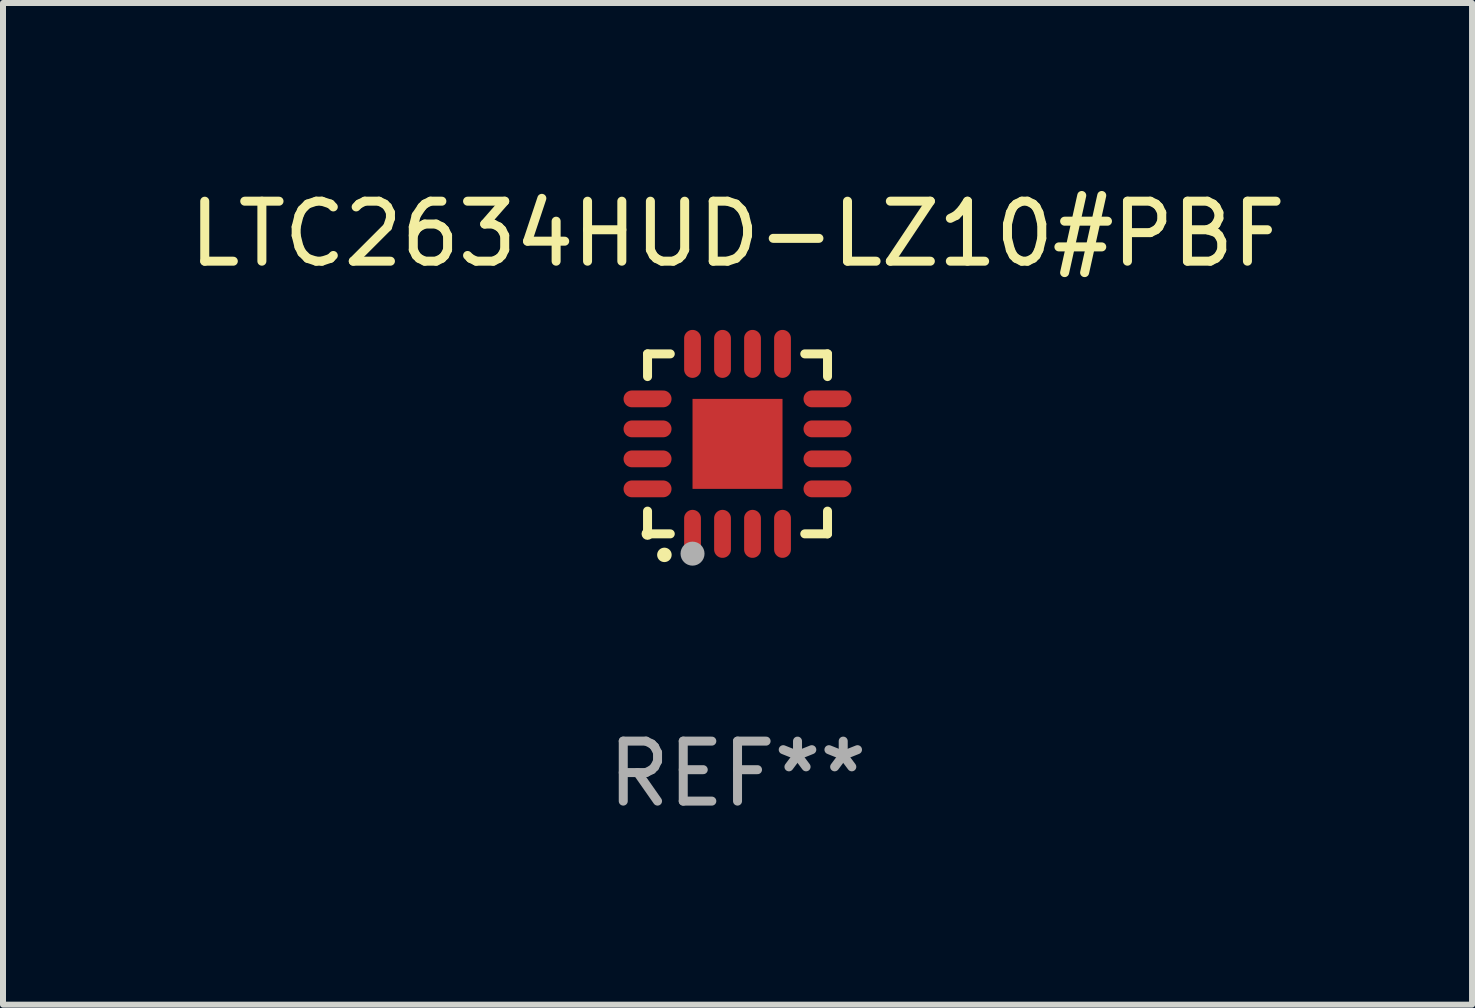
<source format=kicad_pcb>
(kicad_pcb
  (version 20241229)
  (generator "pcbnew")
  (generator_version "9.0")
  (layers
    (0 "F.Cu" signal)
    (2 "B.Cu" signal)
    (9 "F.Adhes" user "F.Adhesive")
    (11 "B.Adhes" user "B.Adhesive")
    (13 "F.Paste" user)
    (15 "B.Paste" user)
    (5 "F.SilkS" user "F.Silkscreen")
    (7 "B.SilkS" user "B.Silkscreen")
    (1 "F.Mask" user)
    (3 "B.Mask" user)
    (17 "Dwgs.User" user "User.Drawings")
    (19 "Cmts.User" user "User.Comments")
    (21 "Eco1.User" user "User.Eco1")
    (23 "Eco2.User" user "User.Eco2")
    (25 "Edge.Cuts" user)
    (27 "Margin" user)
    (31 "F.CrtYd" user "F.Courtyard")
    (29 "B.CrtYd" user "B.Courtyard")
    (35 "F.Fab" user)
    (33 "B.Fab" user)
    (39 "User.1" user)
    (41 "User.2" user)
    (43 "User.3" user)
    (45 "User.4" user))
  (footprint "LTC2634HUD-LZ10#PBF"
    (layer "F.Cu")
    (at 9.244 4.349)
    (property "Reference" "LTC2634HUD-LZ10#PBF" (at 0 -3.5 0) (layer "F.SilkS") (effects (font (size 1 1) (thickness 0.15))))
    (attr through_hole)
    (fp_line (start -1.5 -1.5) (end -1.121 -1.5) (stroke (width 0.15) (type solid)) (layer "F.SilkS"))
    (fp_line (start -1.5 -1.122) (end -1.5 -1.5) (stroke (width 0.15) (type solid)) (layer "F.SilkS"))
    (fp_line (start -1.5 1.5) (end -1.5 1.121) (stroke (width 0.15) (type solid)) (layer "F.SilkS"))
    (fp_line (start -1.121 1.5) (end -1.5 1.5) (stroke (width 0.15) (type solid)) (layer "F.SilkS"))
    (fp_line (start 1.121 -1.5) (end 1.5 -1.5) (stroke (width 0.15) (type solid)) (layer "F.SilkS"))
    (fp_line (start 1.5 -1.5) (end 1.5 -1.122) (stroke (width 0.15) (type solid)) (layer "F.SilkS"))
    (fp_line (start 1.5 1.121) (end 1.5 1.5) (stroke (width 0.15) (type solid)) (layer "F.SilkS"))
    (fp_line (start 1.5 1.5) (end 1.121 1.5) (stroke (width 0.15) (type solid)) (layer "F.SilkS"))
    (fp_arc (start -1.219926 1.850254) (mid -1.21891 1.85025) (end -1.217894 1.850254) (stroke (width 0.240005) (type solid)) (layer "F.SilkS"))
    (fp_circle (center -1.5 1.5) (end -1.45 1.5) (stroke (width 0.1) (type solid)) (fill no) (layer "F.SilkS"))
    (fp_circle (center -0.75 1.83) (end -0.65 1.83) (stroke (width 0.2) (type solid)) (fill no) (layer "F.Fab"))
    (fp_text user "REF**" (at 0 5.5 0) (layer "F.Fab") (effects (font (size 1 1) (thickness 0.15))))
    (pad "1" smd oval (at -0.75 1.5) (size 0.28 0.8) (layers "F.Cu" "F.Mask" "F.Paste"))
    (pad "2" smd oval (at -0.25 1.5) (size 0.28 0.8) (layers "F.Cu" "F.Mask" "F.Paste"))
    (pad "3" smd oval (at 0.25 1.5) (size 0.28 0.8) (layers "F.Cu" "F.Mask" "F.Paste"))
    (pad "4" smd oval (at 0.75 1.5) (size 0.28 0.8) (layers "F.Cu" "F.Mask" "F.Paste"))
    (pad "5" smd oval (at 1.5 0.75) (size 0.8 0.28) (layers "F.Cu" "F.Mask" "F.Paste"))
    (pad "6" smd oval (at 1.5 0.25) (size 0.8 0.28) (layers "F.Cu" "F.Mask" "F.Paste"))
    (pad "7" smd oval (at 1.5 -0.25) (size 0.8 0.28) (layers "F.Cu" "F.Mask" "F.Paste"))
    (pad "8" smd oval (at 1.5 -0.75) (size 0.8 0.28) (layers "F.Cu" "F.Mask" "F.Paste"))
    (pad "9" smd oval (at 0.75 -1.5) (size 0.28 0.8) (layers "F.Cu" "F.Mask" "F.Paste"))
    (pad "10" smd oval (at 0.25 -1.5) (size 0.28 0.8) (layers "F.Cu" "F.Mask" "F.Paste"))
    (pad "11" smd oval (at -0.25 -1.5) (size 0.28 0.8) (layers "F.Cu" "F.Mask" "F.Paste"))
    (pad "12" smd oval (at -0.75 -1.5) (size 0.28 0.8) (layers "F.Cu" "F.Mask" "F.Paste"))
    (pad "13" smd oval (at -1.5 -0.75) (size 0.8 0.28) (layers "F.Cu" "F.Mask" "F.Paste"))
    (pad "14" smd oval (at -1.5 -0.25) (size 0.8 0.28) (layers "F.Cu" "F.Mask" "F.Paste"))
    (pad "15" smd oval (at -1.5 0.25) (size 0.8 0.28) (layers "F.Cu" "F.Mask" "F.Paste"))
    (pad "16" smd oval (at -1.5 0.75) (size 0.8 0.28) (layers "F.Cu" "F.Mask" "F.Paste"))
    (pad "17" smd rect (at -0.000064 0.000165) (size 1.5 1.5) (layers "F.Cu" "F.Mask" "F.Paste")))
  (gr_rect
    (start -3 -3)
    (end 21.488 13.697)
    (stroke (width 0.1) (type default))
    (fill no)
    (layer "Edge.Cuts")))
</source>
